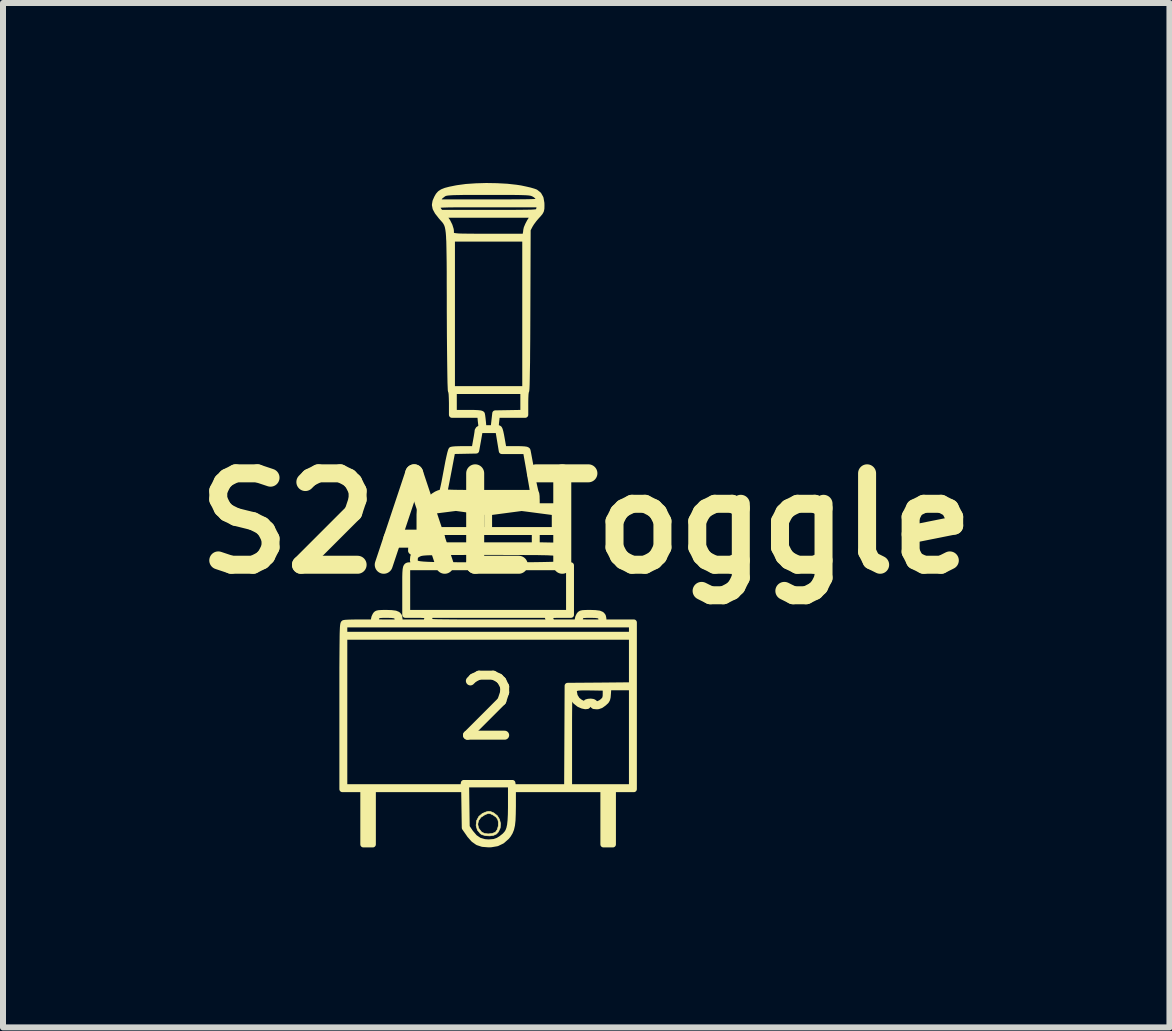
<source format=kicad_pcb>
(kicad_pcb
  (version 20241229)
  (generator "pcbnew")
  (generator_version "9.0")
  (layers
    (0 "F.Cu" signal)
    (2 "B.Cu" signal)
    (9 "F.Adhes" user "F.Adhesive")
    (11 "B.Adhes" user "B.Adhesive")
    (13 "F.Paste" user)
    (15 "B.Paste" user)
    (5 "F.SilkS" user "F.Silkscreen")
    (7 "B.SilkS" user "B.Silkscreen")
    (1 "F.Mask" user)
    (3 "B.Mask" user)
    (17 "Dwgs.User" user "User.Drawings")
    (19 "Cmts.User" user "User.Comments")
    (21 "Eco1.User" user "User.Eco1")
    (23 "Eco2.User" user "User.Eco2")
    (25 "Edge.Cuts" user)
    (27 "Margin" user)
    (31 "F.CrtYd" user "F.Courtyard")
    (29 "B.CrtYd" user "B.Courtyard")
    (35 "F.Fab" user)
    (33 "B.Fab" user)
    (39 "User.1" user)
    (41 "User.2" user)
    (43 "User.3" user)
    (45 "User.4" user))
  (footprint "S2ALToggle"
    (layer "F.Cu")
    (at 4.95 5.673)
    (property "Reference" "S2ALToggle" (at 1.77 0 0) (layer "F.SilkS") (effects (font (size 1.524 1.524) (thickness 0.3))))
    (attr through_hole exclude_from_pos_files exclude_from_bom)
    (fp_poly (pts (xy 0.18 4.804) (xy 0.226 4.824) (xy 0.229 4.825) (xy 0.287 4.871) (xy 0.325 4.933) (xy 0.342 5.004) (xy 0.336 5.076) (xy 0.306 5.141) (xy 0.274 5.176) (xy 0.227 5.198) (xy 0.163 5.208) (xy 0.095 5.204) (xy 0.035 5.188) (xy 0.006 5.171) (xy -0.044 5.11) (xy -0.065 5.037) (xy -0.063 5.015) (xy -0.038 5.015) (xy -0.024 5.078) (xy 0.02 5.137) (xy 0.03 5.146) (xy 0.076 5.168) (xy 0.137 5.175) (xy 0.2 5.169) (xy 0.251 5.149) (xy 0.26 5.143) (xy 0.289 5.101) (xy 0.305 5.041) (xy 0.306 4.977) (xy 0.296 4.934) (xy 0.269 4.896) (xy 0.222 4.862) (xy 0.214 4.858) (xy 0.174 4.839) (xy 0.146 4.833) (xy 0.116 4.841) (xy 0.08 4.856) (xy 0.015 4.898) (xy -0.025 4.953) (xy -0.038 5.015) (xy -0.063 5.015) (xy -0.057 4.959) (xy -0.056 4.953) (xy -0.019 4.884) (xy 0.039 4.835) (xy 0.103 4.808) (xy 0.144 4.8) (xy 0.18 4.804)) (stroke (width 0.01) (type solid)) (fill yes) (layer "F.SilkS"))
    (fp_poly (pts (xy 0.281 -5.62) (xy 0.45 -5.611) (xy 0.603 -5.594) (xy 0.675 -5.583) (xy 0.755 -5.566) (xy 0.829 -5.549) (xy 0.888 -5.532) (xy 0.924 -5.519) (xy 0.924 -5.519) (xy 0.976 -5.478) (xy 1.009 -5.419) (xy 1.023 -5.338) (xy 1.024 -5.302) (xy 1.023 -5.25) (xy 1.016 -5.214) (xy 0.999 -5.183) (xy 0.967 -5.145) (xy 0.946 -5.123) (xy 0.9 -5.069) (xy 0.857 -5.011) (xy 0.831 -4.969) (xy 0.794 -4.897) (xy 0.789 -3.552) (xy 0.788 -3.298) (xy 0.787 -3.069) (xy 0.785 -2.864) (xy 0.784 -2.686) (xy 0.781 -2.534) (xy 0.779 -2.41) (xy 0.777 -2.315) (xy 0.774 -2.249) (xy 0.771 -2.213) (xy 0.769 -2.207) (xy 0.763 -2.192) (xy 0.758 -2.149) (xy 0.755 -2.084) (xy 0.754 -2.008) (xy 0.754 -1.81) (xy 0.282 -1.81) (xy 0.272 -1.726) (xy 0.265 -1.66) (xy 0.263 -1.619) (xy 0.268 -1.597) (xy 0.28 -1.589) (xy 0.293 -1.587) (xy 0.308 -1.586) (xy 0.32 -1.578) (xy 0.329 -1.559) (xy 0.339 -1.524) (xy 0.351 -1.468) (xy 0.366 -1.385) (xy 0.392 -1.238) (xy 0.587 -1.238) (xy 0.674 -1.237) (xy 0.734 -1.234) (xy 0.77 -1.229) (xy 0.788 -1.221) (xy 0.791 -1.217) (xy 0.796 -1.195) (xy 0.805 -1.148) (xy 0.818 -1.078) (xy 0.834 -0.992) (xy 0.851 -0.895) (xy 0.858 -0.856) (xy 0.876 -0.756) (xy 0.893 -0.667) (xy 0.909 -0.594) (xy 0.921 -0.542) (xy 0.929 -0.514) (xy 0.931 -0.511) (xy 0.938 -0.493) (xy 0.943 -0.453) (xy 0.944 -0.398) (xy 0.945 -0.396) (xy 0.945 -0.286) (xy 1.278 -0.286) (xy 1.278 0.143) (xy 0.945 0.143) (xy 0.945 0.364) (xy 1.413 0.373) (xy 1.418 0.425) (xy 1.418 0.46) (xy 1.406 0.474) (xy 1.381 0.476) (xy 1.353 0.478) (xy 1.352 0.488) (xy 1.364 0.501) (xy 1.394 0.551) (xy 1.4 0.61) (xy 1.391 0.645) (xy 1.378 0.677) (xy 1.379 0.693) (xy 1.402 0.698) (xy 1.445 0.699) (xy 1.516 0.699) (xy 1.516 1.524) (xy 1.333 1.524) (xy 1.262 1.525) (xy 1.203 1.527) (xy 1.164 1.529) (xy 1.151 1.532) (xy 1.156 1.551) (xy 1.17 1.587) (xy 1.174 1.596) (xy 1.197 1.651) (xy 1.627 1.651) (xy 1.627 1.618) (xy 1.659 1.618) (xy 1.661 1.632) (xy 1.669 1.642) (xy 1.691 1.647) (xy 1.73 1.65) (xy 1.792 1.651) (xy 1.841 1.651) (xy 2.024 1.651) (xy 2.024 1.607) (xy 2.02 1.571) (xy 2.006 1.547) (xy 1.975 1.533) (xy 1.924 1.526) (xy 1.846 1.524) (xy 1.839 1.524) (xy 1.768 1.525) (xy 1.723 1.528) (xy 1.696 1.534) (xy 1.681 1.546) (xy 1.675 1.555) (xy 1.661 1.596) (xy 1.659 1.618) (xy 1.627 1.618) (xy 1.627 1.611) (xy 1.636 1.567) (xy 1.653 1.531) (xy 1.667 1.513) (xy 1.684 1.502) (xy 1.711 1.496) (xy 1.756 1.493) (xy 1.825 1.492) (xy 1.832 1.492) (xy 1.922 1.495) (xy 1.986 1.503) (xy 2.026 1.52) (xy 2.048 1.547) (xy 2.056 1.587) (xy 2.056 1.596) (xy 2.056 1.651) (xy 2.564 1.651) (xy 2.564 4.429) (xy 2.215 4.429) (xy 2.215 5.35) (xy 2.056 5.35) (xy 2.056 4.429) (xy 2.087 4.429) (xy 2.087 5.318) (xy 2.183 5.318) (xy 2.183 4.429) (xy 2.087 4.429) (xy 2.056 4.429) (xy 0.548 4.429) (xy 0.548 4.712) (xy 0.546 4.842) (xy 0.542 4.946) (xy 0.533 5.028) (xy 0.518 5.093) (xy 0.497 5.145) (xy 0.469 5.191) (xy 0.443 5.223) (xy 0.367 5.29) (xy 0.282 5.331) (xy 0.182 5.348) (xy 0.142 5.349) (xy 0.042 5.341) (xy -0.037 5.315) (xy -0.105 5.267) (xy -0.17 5.193) (xy -0.182 5.175) (xy -0.254 5.072) (xy -0.259 4.751) (xy -0.264 4.429) (xy -1.786 4.429) (xy -1.786 5.35) (xy -1.945 5.35) (xy -1.945 4.429) (xy -1.913 4.429) (xy -1.913 5.318) (xy -1.818 5.318) (xy -1.818 4.429) (xy -1.913 4.429) (xy -1.945 4.429) (xy -2.294 4.429) (xy -2.294 3.05) (xy -2.294 2.807) (xy -2.294 2.595) (xy -2.294 2.41) (xy -2.293 2.251) (xy -2.292 2.116) (xy -2.291 2.003) (xy -2.29 1.911) (xy -2.29 1.889) (xy -2.262 1.889) (xy -2.262 4.397) (xy -0.28 4.397) (xy -0.273 4.35) (xy -0.232 4.35) (xy -0.227 4.705) (xy -0.222 5.061) (xy -0.159 5.154) (xy -0.091 5.234) (xy -0.015 5.286) (xy 0.074 5.312) (xy 0.143 5.317) (xy 0.235 5.31) (xy 0.301 5.287) (xy 0.354 5.254) (xy 0.406 5.213) (xy 0.416 5.204) (xy 0.447 5.17) (xy 0.471 5.132) (xy 0.488 5.086) (xy 0.501 5.027) (xy 0.509 4.951) (xy 0.514 4.854) (xy 0.516 4.732) (xy 0.516 4.672) (xy 0.516 4.35) (xy -0.232 4.35) (xy -0.273 4.35) (xy -0.27 4.326) (xy 0.54 4.326) (xy 0.55 4.397) (xy 1.452 4.397) (xy 1.456 3.564) (xy 1.484 3.564) (xy 1.484 4.397) (xy 2.532 4.397) (xy 2.532 2.731) (xy 2.139 2.731) (xy 2.132 2.836) (xy 2.127 2.895) (xy 2.118 2.932) (xy 2.101 2.961) (xy 2.069 2.99) (xy 2.064 2.995) (xy 2.014 3.031) (xy 1.967 3.047) (xy 1.942 3.048) (xy 1.899 3.044) (xy 1.882 3.03) (xy 1.881 3.024) (xy 1.867 3.005) (xy 1.841 3) (xy 1.81 3.009) (xy 1.802 3.024) (xy 1.789 3.043) (xy 1.756 3.047) (xy 1.708 3.037) (xy 1.655 3.014) (xy 1.651 3.012) (xy 1.59 2.963) (xy 1.554 2.899) (xy 1.541 2.815) (xy 1.54 2.806) (xy 1.54 2.804) (xy 1.564 2.804) (xy 1.578 2.878) (xy 1.618 2.942) (xy 1.67 2.983) (xy 1.726 3.009) (xy 1.758 3.014) (xy 1.766 2.999) (xy 1.766 2.996) (xy 1.776 2.981) (xy 1.806 2.973) (xy 1.845 2.97) (xy 1.882 2.975) (xy 1.905 2.988) (xy 1.907 2.992) (xy 1.929 3.013) (xy 1.967 3.012) (xy 2.015 2.99) (xy 2.04 2.971) (xy 2.071 2.942) (xy 2.087 2.915) (xy 2.094 2.878) (xy 2.095 2.832) (xy 2.095 2.738) (xy 1.852 2.734) (xy 1.749 2.733) (xy 1.674 2.734) (xy 1.622 2.739) (xy 1.59 2.749) (xy 1.572 2.764) (xy 1.565 2.786) (xy 1.564 2.804) (xy 1.54 2.804) (xy 1.538 2.759) (xy 1.529 2.736) (xy 1.512 2.731) (xy 1.506 2.732) (xy 1.501 2.738) (xy 1.496 2.752) (xy 1.493 2.775) (xy 1.49 2.81) (xy 1.488 2.86) (xy 1.487 2.927) (xy 1.486 3.015) (xy 1.485 3.124) (xy 1.484 3.258) (xy 1.484 3.42) (xy 1.484 3.564) (xy 1.456 3.564) (xy 1.46 2.707) (xy 1.996 2.703) (xy 2.532 2.698) (xy 2.532 1.889) (xy -2.262 1.889) (xy -2.29 1.889) (xy -2.289 1.836) (xy -2.287 1.778) (xy -2.285 1.734) (xy -2.282 1.702) (xy -2.279 1.683) (xy -2.262 1.683) (xy -2.262 1.857) (xy 2.532 1.857) (xy 2.532 1.683) (xy -2.262 1.683) (xy -2.279 1.683) (xy -2.279 1.681) (xy -2.275 1.668) (xy -2.271 1.662) (xy -2.269 1.661) (xy -2.245 1.657) (xy -2.195 1.654) (xy -2.126 1.652) (xy -2.045 1.651) (xy -2.007 1.651) (xy -1.77 1.651) (xy -1.77 1.618) (xy -1.738 1.618) (xy -1.737 1.632) (xy -1.728 1.642) (xy -1.707 1.647) (xy -1.668 1.65) (xy -1.605 1.651) (xy -1.556 1.651) (xy -1.373 1.651) (xy -1.373 1.607) (xy -1.377 1.571) (xy -1.391 1.547) (xy -1.422 1.533) (xy -1.473 1.526) (xy -1.551 1.524) (xy -1.558 1.524) (xy -1.629 1.525) (xy -1.674 1.528) (xy -1.701 1.534) (xy -1.716 1.546) (xy -1.722 1.555) (xy -1.736 1.596) (xy -1.738 1.618) (xy -1.77 1.618) (xy -1.77 1.611) (xy -1.761 1.567) (xy -1.744 1.531) (xy -1.731 1.513) (xy -1.714 1.502) (xy -1.686 1.496) (xy -1.641 1.493) (xy -1.572 1.492) (xy -1.565 1.492) (xy -1.475 1.495) (xy -1.412 1.503) (xy -1.371 1.52) (xy -1.349 1.547) (xy -1.342 1.587) (xy -1.341 1.596) (xy -1.341 1.651) (xy -0.9 1.651) (xy -0.891 1.626) (xy -0.859 1.626) (xy -0.859 1.631) (xy -0.852 1.635) (xy -0.838 1.639) (xy -0.813 1.642) (xy -0.775 1.645) (xy -0.722 1.647) (xy -0.652 1.648) (xy -0.562 1.649) (xy -0.451 1.65) (xy -0.316 1.651) (xy -0.155 1.651) (xy 0.035 1.651) (xy 0.148 1.651) (xy 1.164 1.651) (xy 1.139 1.587) (xy 1.114 1.524) (xy -0.83 1.524) (xy -0.84 1.562) (xy -0.851 1.603) (xy -0.859 1.626) (xy -0.891 1.626) (xy -0.883 1.601) (xy -0.871 1.563) (xy -0.865 1.538) (xy -0.865 1.538) (xy -0.88 1.532) (xy -0.921 1.528) (xy -0.981 1.525) (xy -1.054 1.524) (xy -1.246 1.524) (xy -1.246 1.121) (xy -1.246 0.994) (xy -1.246 0.896) (xy -1.244 0.822) (xy -1.24 0.769) (xy -1.233 0.734) (xy -1.231 0.73) (xy -1.214 0.73) (xy -1.214 1.492) (xy 1.484 1.492) (xy 1.484 0.73) (xy -1.214 0.73) (xy -1.231 0.73) (xy -1.222 0.713) (xy -1.206 0.702) (xy -1.184 0.699) (xy -1.155 0.698) (xy -1.141 0.699) (xy -1.106 0.697) (xy -1.095 0.687) (xy -1.103 0.668) (xy -1.118 0.614) (xy -1.088 0.614) (xy -1.087 0.63) (xy -1.083 0.644) (xy -1.074 0.656) (xy -1.058 0.666) (xy -1.032 0.675) (xy -0.995 0.681) (xy -0.944 0.686) (xy -0.878 0.69) (xy -0.794 0.693) (xy -0.691 0.695) (xy -0.565 0.697) (xy -0.416 0.697) (xy -0.241 0.698) (xy -0.037 0.698) (xy 0.138 0.698) (xy 0.377 0.698) (xy 0.585 0.697) (xy 0.764 0.697) (xy 0.915 0.696) (xy 1.04 0.694) (xy 1.14 0.692) (xy 1.217 0.69) (xy 1.271 0.687) (xy 1.304 0.683) (xy 1.317 0.68) (xy 1.357 0.648) (xy 1.372 0.605) (xy 1.363 0.56) (xy 1.329 0.52) (xy 1.302 0.503) (xy 1.289 0.498) (xy 1.271 0.493) (xy 1.248 0.49) (xy 1.215 0.486) (xy 1.172 0.484) (xy 1.116 0.481) (xy 1.044 0.48) (xy 0.954 0.478) (xy 0.844 0.478) (xy 0.711 0.477) (xy 0.554 0.477) (xy 0.37 0.476) (xy 0.156 0.476) (xy 0.142 0.476) (xy -0.072 0.476) (xy -0.257 0.476) (xy -0.414 0.477) (xy -0.547 0.477) (xy -0.657 0.478) (xy -0.748 0.479) (xy -0.82 0.481) (xy -0.877 0.482) (xy -0.921 0.485) (xy -0.954 0.488) (xy -0.978 0.492) (xy -0.996 0.496) (xy -1.011 0.502) (xy -1.024 0.508) (xy -1.025 0.508) (xy -1.065 0.532) (xy -1.083 0.556) (xy -1.087 0.592) (xy -1.087 0.595) (xy -1.088 0.614) (xy -1.118 0.614) (xy -1.118 0.613) (xy -1.113 0.556) (xy -1.089 0.51) (xy -1.087 0.508) (xy -1.056 0.476) (xy -1.104 0.476) (xy -1.137 0.473) (xy -1.149 0.458) (xy -1.148 0.425) (xy -1.148 0.421) (xy -1.119 0.421) (xy -1.116 0.425) (xy -1.107 0.429) (xy -1.088 0.432) (xy -1.058 0.435) (xy -1.015 0.437) (xy -0.958 0.439) (xy -0.883 0.441) (xy -0.79 0.442) (xy -0.675 0.443) (xy -0.538 0.444) (xy -0.375 0.444) (xy -0.186 0.444) (xy 0.032 0.444) (xy 0.135 0.445) (xy 0.366 0.444) (xy 0.567 0.444) (xy 0.741 0.444) (xy 0.889 0.443) (xy 1.013 0.443) (xy 1.115 0.441) (xy 1.198 0.44) (xy 1.262 0.438) (xy 1.311 0.436) (xy 1.346 0.433) (xy 1.37 0.43) (xy 1.383 0.427) (xy 1.389 0.423) (xy 1.389 0.421) (xy 1.386 0.416) (xy 1.376 0.412) (xy 1.358 0.409) (xy 1.328 0.406) (xy 1.285 0.404) (xy 1.227 0.402) (xy 1.153 0.401) (xy 1.059 0.399) (xy 0.945 0.398) (xy 0.807 0.398) (xy 0.645 0.397) (xy 0.456 0.397) (xy 0.238 0.397) (xy 0.135 0.397) (xy -0.096 0.397) (xy -0.298 0.397) (xy -0.471 0.397) (xy -0.619 0.398) (xy -0.743 0.399) (xy -0.845 0.4) (xy -0.928 0.401) (xy -0.993 0.403) (xy -1.041 0.405) (xy -1.077 0.408) (xy -1.1 0.411) (xy -1.113 0.415) (xy -1.119 0.419) (xy -1.119 0.421) (xy -1.148 0.421) (xy -1.143 0.373) (xy -0.996 0.368) (xy -0.849 0.364) (xy -0.849 0.143) (xy -0.818 0.143) (xy -0.818 0.365) (xy 0.913 0.365) (xy 0.913 0.143) (xy -0.818 0.143) (xy -0.849 0.143) (xy -1.008 0.143) (xy -1.008 -0.062) (xy -1.008 -0.15) (xy -1.006 -0.185) (xy -0.976 -0.185) (xy -0.976 0.111) (xy 0.119 0.111) (xy 0.119 -0.185) (xy 0.151 -0.185) (xy 0.151 0.111) (xy 1.246 0.111) (xy 1.246 -0.185) (xy 0.97 -0.221) (xy 0.765 -0.248) (xy 1.061 -0.248) (xy 1.063 -0.245) (xy 1.09 -0.239) (xy 1.095 -0.238) (xy 1.172 -0.227) (xy 1.223 -0.226) (xy 1.245 -0.234) (xy 1.246 -0.238) (xy 1.231 -0.246) (xy 1.192 -0.251) (xy 1.139 -0.252) (xy 1.085 -0.25) (xy 1.061 -0.248) (xy 0.765 -0.248) (xy 0.694 -0.257) (xy 0.422 -0.221) (xy 0.151 -0.185) (xy 0.119 -0.185) (xy 0.119 -0.186) (xy -0.141 -0.222) (xy -0.298 -0.244) (xy -0.025 -0.244) (xy -0.023 -0.24) (xy -0.016 -0.238) (xy 0.078 -0.228) (xy 0.183 -0.227) (xy 0.279 -0.235) (xy 0.294 -0.237) (xy 0.313 -0.242) (xy 0.306 -0.246) (xy 0.271 -0.248) (xy 0.206 -0.25) (xy 0.143 -0.25) (xy 0.06 -0.249) (xy 0.003 -0.247) (xy -0.025 -0.244) (xy -0.298 -0.244) (xy -0.402 -0.258) (xy -0.976 -0.185) (xy -1.006 -0.185) (xy -1.005 -0.211) (xy -1.001 -0.237) (xy -0.976 -0.237) (xy -0.963 -0.228) (xy -0.92 -0.227) (xy -0.869 -0.231) (xy -0.814 -0.237) (xy -0.774 -0.243) (xy -0.755 -0.248) (xy -0.755 -0.248) (xy -0.767 -0.251) (xy -0.802 -0.253) (xy -0.855 -0.254) (xy -0.863 -0.254) (xy -0.926 -0.252) (xy -0.965 -0.245) (xy -0.976 -0.237) (xy -1.001 -0.237) (xy -0.998 -0.251) (xy -0.985 -0.273) (xy -0.962 -0.283) (xy -0.928 -0.286) (xy -0.905 -0.286) (xy -0.869 -0.288) (xy -0.853 -0.303) (xy -0.847 -0.338) (xy -0.846 -0.345) (xy -0.839 -0.381) (xy -0.818 -0.381) (xy -0.818 -0.286) (xy 0.913 -0.286) (xy 0.913 -0.381) (xy -0.818 -0.381) (xy -0.839 -0.381) (xy -0.838 -0.385) (xy -0.82 -0.413) (xy -0.774 -0.413) (xy 0.069 -0.413) (xy 0.254 -0.413) (xy 0.41 -0.413) (xy 0.539 -0.413) (xy 0.644 -0.414) (xy 0.727 -0.415) (xy 0.791 -0.416) (xy 0.838 -0.419) (xy 0.871 -0.421) (xy 0.893 -0.425) (xy 0.905 -0.429) (xy 0.911 -0.435) (xy 0.913 -0.441) (xy 0.913 -0.445) (xy 0.912 -0.452) (xy 0.908 -0.458) (xy 0.899 -0.463) (xy 0.882 -0.466) (xy 0.854 -0.47) (xy 0.812 -0.472) (xy 0.755 -0.474) (xy 0.679 -0.475) (xy 0.582 -0.476) (xy 0.462 -0.476) (xy 0.315 -0.476) (xy 0.14 -0.476) (xy 0.11 -0.476) (xy -0.071 -0.476) (xy -0.222 -0.476) (xy -0.347 -0.476) (xy -0.449 -0.475) (xy -0.529 -0.474) (xy -0.591 -0.472) (xy -0.638 -0.469) (xy -0.672 -0.466) (xy -0.696 -0.462) (xy -0.713 -0.457) (xy -0.725 -0.451) (xy -0.734 -0.445) (xy -0.774 -0.413) (xy -0.82 -0.413) (xy -0.816 -0.418) (xy -0.774 -0.455) (xy -0.773 -0.456) (xy -0.727 -0.485) (xy -0.685 -0.504) (xy -0.667 -0.508) (xy -0.655 -0.508) (xy -0.645 -0.511) (xy -0.636 -0.519) (xy -0.63 -0.532) (xy -0.592 -0.532) (xy -0.59 -0.526) (xy -0.581 -0.521) (xy -0.564 -0.517) (xy -0.535 -0.514) (xy -0.492 -0.512) (xy -0.433 -0.51) (xy -0.354 -0.509) (xy -0.253 -0.508) (xy -0.127 -0.508) (xy 0.027 -0.508) (xy 0.143 -0.508) (xy 0.885 -0.508) (xy 0.875 -0.575) (xy 0.869 -0.613) (xy 0.858 -0.676) (xy 0.844 -0.756) (xy 0.828 -0.848) (xy 0.815 -0.925) (xy 0.765 -1.206) (xy 0.363 -1.206) (xy 0.305 -1.556) (xy -0.003 -1.556) (xy -0.033 -1.385) (xy -0.064 -1.214) (xy -0.263 -1.21) (xy -0.462 -1.206) (xy -0.522 -0.888) (xy -0.541 -0.79) (xy -0.558 -0.701) (xy -0.573 -0.626) (xy -0.584 -0.571) (xy -0.59 -0.542) (xy -0.591 -0.539) (xy -0.592 -0.532) (xy -0.63 -0.532) (xy -0.627 -0.538) (xy -0.618 -0.568) (xy -0.607 -0.616) (xy -0.593 -0.682) (xy -0.576 -0.772) (xy -0.554 -0.889) (xy -0.545 -0.937) (xy -0.528 -1.027) (xy -0.511 -1.106) (xy -0.496 -1.17) (xy -0.484 -1.211) (xy -0.477 -1.226) (xy -0.455 -1.231) (xy -0.409 -1.235) (xy -0.345 -1.237) (xy -0.276 -1.238) (xy -0.091 -1.238) (xy -0.066 -1.379) (xy -0.054 -1.445) (xy -0.045 -1.501) (xy -0.04 -1.537) (xy -0.04 -1.545) (xy -0.026 -1.569) (xy -0.006 -1.58) (xy 0.014 -1.59) (xy 0.022 -1.61) (xy 0.02 -1.649) (xy 0.018 -1.663) (xy 0.012 -1.716) (xy 0.008 -1.762) (xy 0.008 -1.772) (xy 0.008 -1.81) (xy -0.468 -1.81) (xy -0.468 -2.008) (xy -0.47 -2.09) (xy -0.473 -2.153) (xy -0.478 -2.193) (xy -0.484 -2.207) (xy -0.437 -2.207) (xy -0.437 -1.841) (xy -0.206 -1.841) (xy -0.108 -1.841) (xy -0.039 -1.838) (xy 0.005 -1.833) (xy 0.027 -1.826) (xy 0.031 -1.822) (xy 0.036 -1.796) (xy 0.042 -1.75) (xy 0.048 -1.695) (xy 0.058 -1.587) (xy 0.226 -1.587) (xy 0.24 -1.711) (xy 0.254 -1.834) (xy 0.488 -1.838) (xy 0.722 -1.842) (xy 0.722 -2.207) (xy -0.437 -2.207) (xy -0.484 -2.207) (xy -0.487 -2.222) (xy -0.489 -2.269) (xy -0.492 -2.345) (xy -0.494 -2.45) (xy -0.496 -2.584) (xy -0.498 -2.744) (xy -0.5 -2.93) (xy -0.502 -3.141) (xy -0.503 -3.376) (xy -0.504 -3.552) (xy -0.504 -3.794) (xy -0.505 -4.007) (xy -0.505 -4.192) (xy -0.506 -4.352) (xy -0.508 -4.489) (xy -0.51 -4.604) (xy -0.512 -4.701) (xy -0.515 -4.747) (xy -0.468 -4.747) (xy -0.468 -2.238) (xy 0.754 -2.238) (xy 0.754 -4.747) (xy -0.468 -4.747) (xy -0.515 -4.747) (xy -0.516 -4.781) (xy -0.521 -4.846) (xy -0.528 -4.899) (xy -0.536 -4.941) (xy -0.546 -4.975) (xy -0.559 -5.003) (xy -0.573 -5.027) (xy -0.59 -5.05) (xy -0.61 -5.072) (xy -0.632 -5.097) (xy -0.651 -5.119) (xy -0.67 -5.144) (xy -0.63 -5.144) (xy -0.586 -5.092) (xy -0.542 -5.029) (xy -0.508 -4.961) (xy -0.488 -4.897) (xy -0.485 -4.871) (xy -0.485 -4.848) (xy -0.484 -4.829) (xy -0.479 -4.813) (xy -0.467 -4.802) (xy -0.445 -4.793) (xy -0.411 -4.787) (xy -0.36 -4.782) (xy -0.292 -4.78) (xy -0.201 -4.779) (xy -0.087 -4.778) (xy 0.055 -4.778) (xy 0.143 -4.778) (xy 0.75 -4.778) (xy 0.76 -4.814) (xy 0.768 -4.859) (xy 0.77 -4.883) (xy 0.778 -4.92) (xy 0.8 -4.972) (xy 0.83 -5.029) (xy 0.863 -5.08) (xy 0.885 -5.108) (xy 0.918 -5.144) (xy -0.63 -5.144) (xy -0.67 -5.144) (xy -0.708 -5.192) (xy -0.741 -5.253) (xy -0.748 -5.289) (xy -0.722 -5.289) (xy -0.713 -5.256) (xy -0.69 -5.218) (xy -0.689 -5.217) (xy -0.657 -5.175) (xy 0.151 -5.175) (xy 0.332 -5.175) (xy 0.484 -5.175) (xy 0.609 -5.176) (xy 0.711 -5.177) (xy 0.791 -5.178) (xy 0.852 -5.179) (xy 0.898 -5.182) (xy 0.93 -5.185) (xy 0.951 -5.189) (xy 0.964 -5.194) (xy 0.971 -5.199) (xy 0.976 -5.206) (xy 0.989 -5.246) (xy 0.992 -5.277) (xy 0.992 -5.318) (xy 0.135 -5.318) (xy -0.052 -5.318) (xy -0.209 -5.318) (xy -0.34 -5.318) (xy -0.446 -5.317) (xy -0.531 -5.316) (xy -0.596 -5.314) (xy -0.645 -5.312) (xy -0.679 -5.309) (xy -0.701 -5.306) (xy -0.714 -5.302) (xy -0.721 -5.296) (xy -0.722 -5.29) (xy -0.722 -5.289) (xy -0.748 -5.289) (xy -0.752 -5.308) (xy -0.745 -5.35) (xy -0.722 -5.35) (xy 0.135 -5.35) (xy 0.323 -5.35) (xy 0.482 -5.35) (xy 0.613 -5.351) (xy 0.721 -5.352) (xy 0.806 -5.353) (xy 0.872 -5.355) (xy 0.92 -5.357) (xy 0.954 -5.36) (xy 0.976 -5.363) (xy 0.988 -5.368) (xy 0.992 -5.373) (xy 0.992 -5.375) (xy 0.977 -5.427) (xy 0.931 -5.473) (xy 0.897 -5.493) (xy 0.881 -5.5) (xy 0.863 -5.507) (xy 0.84 -5.512) (xy 0.809 -5.516) (xy 0.768 -5.519) (xy 0.713 -5.521) (xy 0.641 -5.523) (xy 0.548 -5.524) (xy 0.433 -5.524) (xy 0.292 -5.524) (xy 0.143 -5.524) (xy -0.024 -5.524) (xy -0.163 -5.524) (xy -0.275 -5.524) (xy -0.365 -5.522) (xy -0.436 -5.521) (xy -0.489 -5.518) (xy -0.529 -5.515) (xy -0.559 -5.511) (xy -0.581 -5.506) (xy -0.598 -5.499) (xy -0.608 -5.494) (xy -0.664 -5.451) (xy -0.695 -5.407) (xy -0.722 -5.35) (xy -0.745 -5.35) (xy -0.742 -5.366) (xy -0.717 -5.423) (xy -0.693 -5.465) (xy -0.664 -5.498) (xy -0.625 -5.523) (xy -0.572 -5.544) (xy -0.499 -5.563) (xy -0.468 -5.569) (xy -0.258 -5.569) (xy -0.232 -5.566) (xy -0.178 -5.563) (xy -0.096 -5.561) (xy 0.01 -5.56) (xy 0.135 -5.56) (xy 0.248 -5.56) (xy 0.348 -5.562) (xy 0.431 -5.563) (xy 0.493 -5.566) (xy 0.531 -5.568) (xy 0.542 -5.571) (xy 0.54 -5.572) (xy 0.506 -5.576) (xy 0.447 -5.58) (xy 0.368 -5.582) (xy 0.275 -5.584) (xy 0.175 -5.585) (xy 0.072 -5.585) (xy -0.027 -5.584) (xy -0.115 -5.582) (xy -0.188 -5.579) (xy -0.238 -5.575) (xy -0.254 -5.573) (xy -0.258 -5.569) (xy -0.468 -5.569) (xy -0.4 -5.583) (xy -0.371 -5.588) (xy -0.231 -5.607) (xy -0.069 -5.618) (xy 0.105 -5.623) (xy 0.281 -5.62)) (stroke (width 0.1) (type solid)) (fill yes) (layer "F.SilkS"))
    (fp_text user "2" (at 0.125 3.075 0) (layer "F.SilkS") (effects (font (size 1 1) (thickness 0.15)))))
  (gr_rect
    (start -3 -3)
    (end 16.44 14.073)
    (stroke (width 0.1) (type default))
    (fill no)
    (layer "Edge.Cuts")))
</source>
